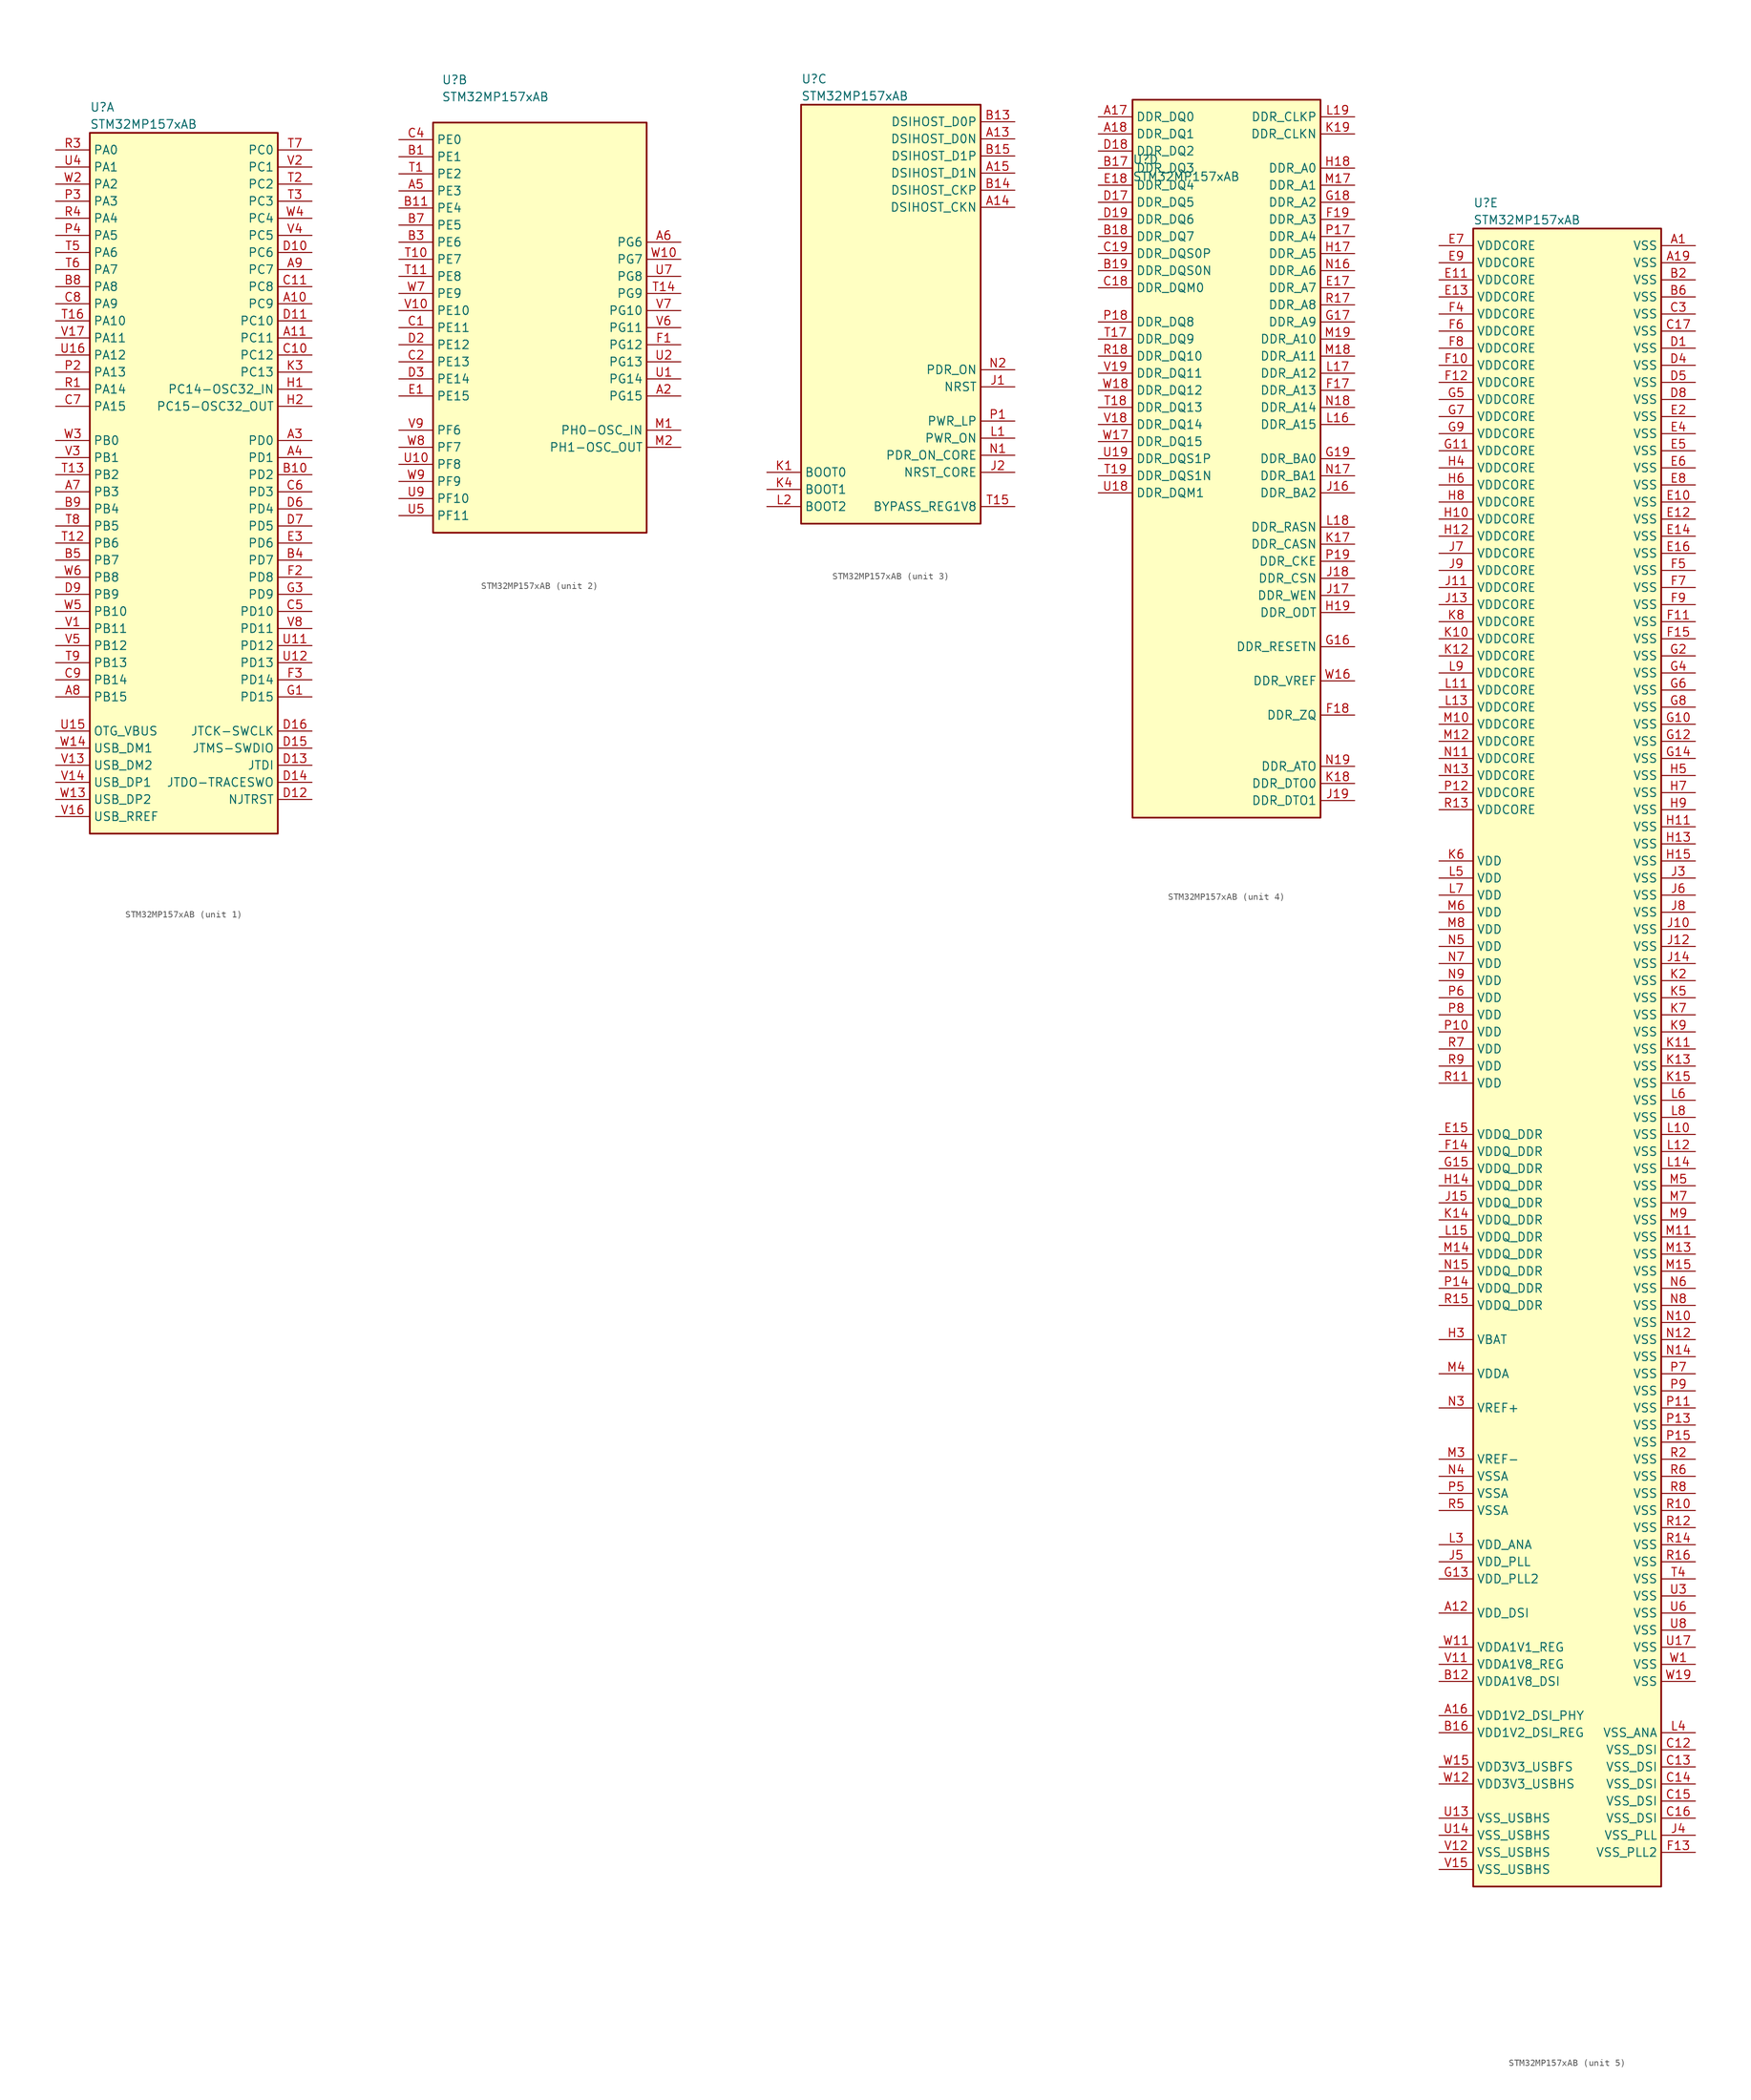
<source format=kicad_sym>
(kicad_symbol_lib
  (version 20211014)
  (generator kicad_symbol_editor)
  (symbol "STM32MP157xAB"
    (property "Reference" "U"
      (at -13.97 49.53 0)
      (effects (font (size 1.27 1.27)) (justify left)))
    (property "Value" "STM32MP157xAB"
      (at -13.97 46.99 0)
      (effects (font (size 1.27 1.27)) (justify left)))
    (property "ki_locked" ""
      (at 0 0 0)
      (effects (font (size 1.27 1.27))))
    (symbol "STM32MP157xAB_1_1"
      (rectangle (start -13.97 45.72) (end 13.97 -58.42) (stroke (width 0.254) (type default) (color 0 0 0 0)) (fill (type background)))
      (pin bidirectional line (at 19.05 20.32 180) (length 5.08) (name "PC9" (effects (font (size 1.27 1.27)))) (number "A10" (effects (font (size 1.27 1.27)))))
      (pin bidirectional line (at 19.05 15.24 180) (length 5.08) (name "PC11" (effects (font (size 1.27 1.27)))) (number "A11" (effects (font (size 1.27 1.27)))))
      (pin bidirectional line (at 19.05 0 180) (length 5.08) (name "PD0" (effects (font (size 1.27 1.27)))) (number "A3" (effects (font (size 1.27 1.27)))))
      (pin bidirectional line (at 19.05 -2.54 180) (length 5.08) (name "PD1" (effects (font (size 1.27 1.27)))) (number "A4" (effects (font (size 1.27 1.27)))))
      (pin bidirectional line (at -19.05 -7.62 0) (length 5.08) (name "PB3" (effects (font (size 1.27 1.27)))) (number "A7" (effects (font (size 1.27 1.27)))))
      (pin bidirectional line (at -19.05 -38.1 0) (length 5.08) (name "PB15" (effects (font (size 1.27 1.27)))) (number "A8" (effects (font (size 1.27 1.27)))))
      (pin bidirectional line (at 19.05 25.4 180) (length 5.08) (name "PC7" (effects (font (size 1.27 1.27)))) (number "A9" (effects (font (size 1.27 1.27)))))
      (pin bidirectional line (at 19.05 -5.08 180) (length 5.08) (name "PD2" (effects (font (size 1.27 1.27)))) (number "B10" (effects (font (size 1.27 1.27)))))
      (pin bidirectional line (at 19.05 -17.78 180) (length 5.08) (name "PD7" (effects (font (size 1.27 1.27)))) (number "B4" (effects (font (size 1.27 1.27)))))
      (pin bidirectional line (at -19.05 -17.78 0) (length 5.08) (name "PB7" (effects (font (size 1.27 1.27)))) (number "B5" (effects (font (size 1.27 1.27)))))
      (pin bidirectional line (at -19.05 22.86 0) (length 5.08) (name "PA8" (effects (font (size 1.27 1.27)))) (number "B8" (effects (font (size 1.27 1.27)))))
      (pin bidirectional line (at -19.05 -10.16 0) (length 5.08) (name "PB4" (effects (font (size 1.27 1.27)))) (number "B9" (effects (font (size 1.27 1.27)))))
      (pin bidirectional line (at 19.05 12.7 180) (length 5.08) (name "PC12" (effects (font (size 1.27 1.27)))) (number "C10" (effects (font (size 1.27 1.27)))))
      (pin bidirectional line (at 19.05 22.86 180) (length 5.08) (name "PC8" (effects (font (size 1.27 1.27)))) (number "C11" (effects (font (size 1.27 1.27)))))
      (pin bidirectional line (at 19.05 -25.4 180) (length 5.08) (name "PD10" (effects (font (size 1.27 1.27)))) (number "C5" (effects (font (size 1.27 1.27)))))
      (pin bidirectional line (at 19.05 -7.62 180) (length 5.08) (name "PD3" (effects (font (size 1.27 1.27)))) (number "C6" (effects (font (size 1.27 1.27)))))
      (pin bidirectional line (at -19.05 5.08 0) (length 5.08) (name "PA15" (effects (font (size 1.27 1.27)))) (number "C7" (effects (font (size 1.27 1.27)))))
      (pin bidirectional line (at -19.05 20.32 0) (length 5.08) (name "PA9" (effects (font (size 1.27 1.27)))) (number "C8" (effects (font (size 1.27 1.27)))))
      (pin bidirectional line (at -19.05 -35.56 0) (length 5.08) (name "PB14" (effects (font (size 1.27 1.27)))) (number "C9" (effects (font (size 1.27 1.27)))))
      (pin bidirectional line (at 19.05 27.94 180) (length 5.08) (name "PC6" (effects (font (size 1.27 1.27)))) (number "D10" (effects (font (size 1.27 1.27)))))
      (pin bidirectional line (at 19.05 17.78 180) (length 5.08) (name "PC10" (effects (font (size 1.27 1.27)))) (number "D11" (effects (font (size 1.27 1.27)))))
      (pin bidirectional line (at 19.05 -53.34 180) (length 5.08) (name "NJTRST" (effects (font (size 1.27 1.27)))) (number "D12" (effects (font (size 1.27 1.27)))))
      (pin bidirectional line (at 19.05 -48.26 180) (length 5.08) (name "JTDI" (effects (font (size 1.27 1.27)))) (number "D13" (effects (font (size 1.27 1.27)))))
      (pin bidirectional line (at 19.05 -50.8 180) (length 5.08) (name "JTDO-TRACESWO" (effects (font (size 1.27 1.27)))) (number "D14" (effects (font (size 1.27 1.27)))))
      (pin bidirectional line (at 19.05 -45.72 180) (length 5.08) (name "JTMS-SWDIO" (effects (font (size 1.27 1.27)))) (number "D15" (effects (font (size 1.27 1.27)))))
      (pin bidirectional line (at 19.05 -43.18 180) (length 5.08) (name "JTCK-SWCLK" (effects (font (size 1.27 1.27)))) (number "D16" (effects (font (size 1.27 1.27)))))
      (pin bidirectional line (at 19.05 -10.16 180) (length 5.08) (name "PD4" (effects (font (size 1.27 1.27)))) (number "D6" (effects (font (size 1.27 1.27)))))
      (pin bidirectional line (at 19.05 -12.7 180) (length 5.08) (name "PD5" (effects (font (size 1.27 1.27)))) (number "D7" (effects (font (size 1.27 1.27)))))
      (pin bidirectional line (at -19.05 -22.86 0) (length 5.08) (name "PB9" (effects (font (size 1.27 1.27)))) (number "D9" (effects (font (size 1.27 1.27)))))
      (pin bidirectional line (at 19.05 -15.24 180) (length 5.08) (name "PD6" (effects (font (size 1.27 1.27)))) (number "E3" (effects (font (size 1.27 1.27)))))
      (pin bidirectional line (at 19.05 -20.32 180) (length 5.08) (name "PD8" (effects (font (size 1.27 1.27)))) (number "F2" (effects (font (size 1.27 1.27)))))
      (pin bidirectional line (at 19.05 -35.56 180) (length 5.08) (name "PD14" (effects (font (size 1.27 1.27)))) (number "F3" (effects (font (size 1.27 1.27)))))
      (pin bidirectional line (at 19.05 -38.1 180) (length 5.08) (name "PD15" (effects (font (size 1.27 1.27)))) (number "G1" (effects (font (size 1.27 1.27)))))
      (pin bidirectional line (at 19.05 -22.86 180) (length 5.08) (name "PD9" (effects (font (size 1.27 1.27)))) (number "G3" (effects (font (size 1.27 1.27)))))
      (pin bidirectional line (at 19.05 7.62 180) (length 5.08) (name "PC14-OSC32_IN" (effects (font (size 1.27 1.27)))) (number "H1" (effects (font (size 1.27 1.27)))))
      (pin bidirectional line (at 19.05 5.08 180) (length 5.08) (name "PC15-OSC32_OUT" (effects (font (size 1.27 1.27)))) (number "H2" (effects (font (size 1.27 1.27)))))
      (pin bidirectional line (at 19.05 10.16 180) (length 5.08) (name "PC13" (effects (font (size 1.27 1.27)))) (number "K3" (effects (font (size 1.27 1.27)))))
      (pin bidirectional line (at -19.05 10.16 0) (length 5.08) (name "PA13" (effects (font (size 1.27 1.27)))) (number "P2" (effects (font (size 1.27 1.27)))))
      (pin bidirectional line (at -19.05 35.56 0) (length 5.08) (name "PA3" (effects (font (size 1.27 1.27)))) (number "P3" (effects (font (size 1.27 1.27)))))
      (pin bidirectional line (at -19.05 30.48 0) (length 5.08) (name "PA5" (effects (font (size 1.27 1.27)))) (number "P4" (effects (font (size 1.27 1.27)))))
      (pin bidirectional line (at -19.05 7.62 0) (length 5.08) (name "PA14" (effects (font (size 1.27 1.27)))) (number "R1" (effects (font (size 1.27 1.27)))))
      (pin bidirectional line (at -19.05 43.18 0) (length 5.08) (name "PA0" (effects (font (size 1.27 1.27)))) (number "R3" (effects (font (size 1.27 1.27)))))
      (pin bidirectional line (at -19.05 33.02 0) (length 5.08) (name "PA4" (effects (font (size 1.27 1.27)))) (number "R4" (effects (font (size 1.27 1.27)))))
      (pin bidirectional line (at -19.05 -15.24 0) (length 5.08) (name "PB6" (effects (font (size 1.27 1.27)))) (number "T12" (effects (font (size 1.27 1.27)))))
      (pin bidirectional line (at -19.05 -5.08 0) (length 5.08) (name "PB2" (effects (font (size 1.27 1.27)))) (number "T13" (effects (font (size 1.27 1.27)))))
      (pin bidirectional line (at -19.05 17.78 0) (length 5.08) (name "PA10" (effects (font (size 1.27 1.27)))) (number "T16" (effects (font (size 1.27 1.27)))))
      (pin bidirectional line (at 19.05 38.1 180) (length 5.08) (name "PC2" (effects (font (size 1.27 1.27)))) (number "T2" (effects (font (size 1.27 1.27)))))
      (pin bidirectional line (at 19.05 35.56 180) (length 5.08) (name "PC3" (effects (font (size 1.27 1.27)))) (number "T3" (effects (font (size 1.27 1.27)))))
      (pin bidirectional line (at -19.05 27.94 0) (length 5.08) (name "PA6" (effects (font (size 1.27 1.27)))) (number "T5" (effects (font (size 1.27 1.27)))))
      (pin bidirectional line (at -19.05 25.4 0) (length 5.08) (name "PA7" (effects (font (size 1.27 1.27)))) (number "T6" (effects (font (size 1.27 1.27)))))
      (pin bidirectional line (at 19.05 43.18 180) (length 5.08) (name "PC0" (effects (font (size 1.27 1.27)))) (number "T7" (effects (font (size 1.27 1.27)))))
      (pin bidirectional line (at -19.05 -12.7 0) (length 5.08) (name "PB5" (effects (font (size 1.27 1.27)))) (number "T8" (effects (font (size 1.27 1.27)))))
      (pin bidirectional line (at -19.05 -33.02 0) (length 5.08) (name "PB13" (effects (font (size 1.27 1.27)))) (number "T9" (effects (font (size 1.27 1.27)))))
      (pin bidirectional line (at 19.05 -30.48 180) (length 5.08) (name "PD12" (effects (font (size 1.27 1.27)))) (number "U11" (effects (font (size 1.27 1.27)))))
      (pin bidirectional line (at 19.05 -33.02 180) (length 5.08) (name "PD13" (effects (font (size 1.27 1.27)))) (number "U12" (effects (font (size 1.27 1.27)))))
      (pin bidirectional line (at -19.05 -43.18 0) (length 5.08) (name "OTG_VBUS" (effects (font (size 1.27 1.27)))) (number "U15" (effects (font (size 1.27 1.27)))))
      (pin bidirectional line (at -19.05 12.7 0) (length 5.08) (name "PA12" (effects (font (size 1.27 1.27)))) (number "U16" (effects (font (size 1.27 1.27)))))
      (pin bidirectional line (at -19.05 40.64 0) (length 5.08) (name "PA1" (effects (font (size 1.27 1.27)))) (number "U4" (effects (font (size 1.27 1.27)))))
      (pin bidirectional line (at -19.05 -27.94 0) (length 5.08) (name "PB11" (effects (font (size 1.27 1.27)))) (number "V1" (effects (font (size 1.27 1.27)))))
      (pin bidirectional line (at -19.05 -48.26 0) (length 5.08) (name "USB_DM2" (effects (font (size 1.27 1.27)))) (number "V13" (effects (font (size 1.27 1.27)))))
      (pin bidirectional line (at -19.05 -50.8 0) (length 5.08) (name "USB_DP1" (effects (font (size 1.27 1.27)))) (number "V14" (effects (font (size 1.27 1.27)))))
      (pin bidirectional line (at -19.05 -55.88 0) (length 5.08) (name "USB_RREF" (effects (font (size 1.27 1.27)))) (number "V16" (effects (font (size 1.27 1.27)))))
      (pin bidirectional line (at -19.05 15.24 0) (length 5.08) (name "PA11" (effects (font (size 1.27 1.27)))) (number "V17" (effects (font (size 1.27 1.27)))))
      (pin bidirectional line (at 19.05 40.64 180) (length 5.08) (name "PC1" (effects (font (size 1.27 1.27)))) (number "V2" (effects (font (size 1.27 1.27)))))
      (pin bidirectional line (at -19.05 -2.54 0) (length 5.08) (name "PB1" (effects (font (size 1.27 1.27)))) (number "V3" (effects (font (size 1.27 1.27)))))
      (pin bidirectional line (at 19.05 30.48 180) (length 5.08) (name "PC5" (effects (font (size 1.27 1.27)))) (number "V4" (effects (font (size 1.27 1.27)))))
      (pin bidirectional line (at -19.05 -30.48 0) (length 5.08) (name "PB12" (effects (font (size 1.27 1.27)))) (number "V5" (effects (font (size 1.27 1.27)))))
      (pin bidirectional line (at 19.05 -27.94 180) (length 5.08) (name "PD11" (effects (font (size 1.27 1.27)))) (number "V8" (effects (font (size 1.27 1.27)))))
      (pin bidirectional line (at -19.05 -53.34 0) (length 5.08) (name "USB_DP2" (effects (font (size 1.27 1.27)))) (number "W13" (effects (font (size 1.27 1.27)))))
      (pin bidirectional line (at -19.05 -45.72 0) (length 5.08) (name "USB_DM1" (effects (font (size 1.27 1.27)))) (number "W14" (effects (font (size 1.27 1.27)))))
      (pin bidirectional line (at -19.05 38.1 0) (length 5.08) (name "PA2" (effects (font (size 1.27 1.27)))) (number "W2" (effects (font (size 1.27 1.27)))))
      (pin bidirectional line (at -19.05 0 0) (length 5.08) (name "PB0" (effects (font (size 1.27 1.27)))) (number "W3" (effects (font (size 1.27 1.27)))))
      (pin bidirectional line (at 19.05 33.02 180) (length 5.08) (name "PC4" (effects (font (size 1.27 1.27)))) (number "W4" (effects (font (size 1.27 1.27)))))
      (pin bidirectional line (at -19.05 -25.4 0) (length 5.08) (name "PB10" (effects (font (size 1.27 1.27)))) (number "W5" (effects (font (size 1.27 1.27)))))
      (pin bidirectional line (at -19.05 -20.32 0) (length 5.08) (name "PB8" (effects (font (size 1.27 1.27)))) (number "W6" (effects (font (size 1.27 1.27))))))
    (symbol "STM32MP157xAB_2_1"
      (rectangle (start -15.24 43.18) (end 16.51 -17.78) (stroke (width 0.254) (type default) (color 0 0 0 0)) (fill (type background)))
      (pin bidirectional line (at 21.59 2.54 180) (length 5.08) (name "PG15" (effects (font (size 1.27 1.27)))) (number "A2" (effects (font (size 1.27 1.27)))))
      (pin bidirectional line (at -20.32 33.02 0) (length 5.08) (name "PE3" (effects (font (size 1.27 1.27)))) (number "A5" (effects (font (size 1.27 1.27)))))
      (pin bidirectional line (at 21.59 25.4 180) (length 5.08) (name "PG6" (effects (font (size 1.27 1.27)))) (number "A6" (effects (font (size 1.27 1.27)))))
      (pin bidirectional line (at -20.32 38.1 0) (length 5.08) (name "PE1" (effects (font (size 1.27 1.27)))) (number "B1" (effects (font (size 1.27 1.27)))))
      (pin bidirectional line (at -20.32 30.48 0) (length 5.08) (name "PE4" (effects (font (size 1.27 1.27)))) (number "B11" (effects (font (size 1.27 1.27)))))
      (pin bidirectional line (at -20.32 25.4 0) (length 5.08) (name "PE6" (effects (font (size 1.27 1.27)))) (number "B3" (effects (font (size 1.27 1.27)))))
      (pin bidirectional line (at -20.32 27.94 0) (length 5.08) (name "PE5" (effects (font (size 1.27 1.27)))) (number "B7" (effects (font (size 1.27 1.27)))))
      (pin bidirectional line (at -20.32 12.7 0) (length 5.08) (name "PE11" (effects (font (size 1.27 1.27)))) (number "C1" (effects (font (size 1.27 1.27)))))
      (pin bidirectional line (at -20.32 7.62 0) (length 5.08) (name "PE13" (effects (font (size 1.27 1.27)))) (number "C2" (effects (font (size 1.27 1.27)))))
      (pin bidirectional line (at -20.32 40.64 0) (length 5.08) (name "PE0" (effects (font (size 1.27 1.27)))) (number "C4" (effects (font (size 1.27 1.27)))))
      (pin bidirectional line (at -20.32 10.16 0) (length 5.08) (name "PE12" (effects (font (size 1.27 1.27)))) (number "D2" (effects (font (size 1.27 1.27)))))
      (pin bidirectional line (at -20.32 5.08 0) (length 5.08) (name "PE14" (effects (font (size 1.27 1.27)))) (number "D3" (effects (font (size 1.27 1.27)))))
      (pin bidirectional line (at -20.32 2.54 0) (length 5.08) (name "PE15" (effects (font (size 1.27 1.27)))) (number "E1" (effects (font (size 1.27 1.27)))))
      (pin bidirectional line (at 21.59 10.16 180) (length 5.08) (name "PG12" (effects (font (size 1.27 1.27)))) (number "F1" (effects (font (size 1.27 1.27)))))
      (pin bidirectional line (at 21.59 -2.54 180) (length 5.08) (name "PH0-OSC_IN" (effects (font (size 1.27 1.27)))) (number "M1" (effects (font (size 1.27 1.27)))))
      (pin bidirectional line (at 21.59 -5.08 180) (length 5.08) (name "PH1-OSC_OUT" (effects (font (size 1.27 1.27)))) (number "M2" (effects (font (size 1.27 1.27)))))
      (pin bidirectional line (at -20.32 35.56 0) (length 5.08) (name "PE2" (effects (font (size 1.27 1.27)))) (number "T1" (effects (font (size 1.27 1.27)))))
      (pin bidirectional line (at -20.32 22.86 0) (length 5.08) (name "PE7" (effects (font (size 1.27 1.27)))) (number "T10" (effects (font (size 1.27 1.27)))))
      (pin bidirectional line (at -20.32 20.32 0) (length 5.08) (name "PE8" (effects (font (size 1.27 1.27)))) (number "T11" (effects (font (size 1.27 1.27)))))
      (pin bidirectional line (at 21.59 17.78 180) (length 5.08) (name "PG9" (effects (font (size 1.27 1.27)))) (number "T14" (effects (font (size 1.27 1.27)))))
      (pin bidirectional line (at 21.59 5.08 180) (length 5.08) (name "PG14" (effects (font (size 1.27 1.27)))) (number "U1" (effects (font (size 1.27 1.27)))))
      (pin bidirectional line (at -20.32 -7.62 0) (length 5.08) (name "PF8" (effects (font (size 1.27 1.27)))) (number "U10" (effects (font (size 1.27 1.27)))))
      (pin bidirectional line (at 21.59 7.62 180) (length 5.08) (name "PG13" (effects (font (size 1.27 1.27)))) (number "U2" (effects (font (size 1.27 1.27)))))
      (pin bidirectional line (at -20.32 -15.24 0) (length 5.08) (name "PF11" (effects (font (size 1.27 1.27)))) (number "U5" (effects (font (size 1.27 1.27)))))
      (pin bidirectional line (at 21.59 20.32 180) (length 5.08) (name "PG8" (effects (font (size 1.27 1.27)))) (number "U7" (effects (font (size 1.27 1.27)))))
      (pin bidirectional line (at -20.32 -12.7 0) (length 5.08) (name "PF10" (effects (font (size 1.27 1.27)))) (number "U9" (effects (font (size 1.27 1.27)))))
      (pin bidirectional line (at -20.32 15.24 0) (length 5.08) (name "PE10" (effects (font (size 1.27 1.27)))) (number "V10" (effects (font (size 1.27 1.27)))))
      (pin bidirectional line (at 21.59 12.7 180) (length 5.08) (name "PG11" (effects (font (size 1.27 1.27)))) (number "V6" (effects (font (size 1.27 1.27)))))
      (pin bidirectional line (at 21.59 15.24 180) (length 5.08) (name "PG10" (effects (font (size 1.27 1.27)))) (number "V7" (effects (font (size 1.27 1.27)))))
      (pin bidirectional line (at -20.32 -2.54 0) (length 5.08) (name "PF6" (effects (font (size 1.27 1.27)))) (number "V9" (effects (font (size 1.27 1.27)))))
      (pin bidirectional line (at 21.59 22.86 180) (length 5.08) (name "PG7" (effects (font (size 1.27 1.27)))) (number "W10" (effects (font (size 1.27 1.27)))))
      (pin bidirectional line (at -20.32 17.78 0) (length 5.08) (name "PE9" (effects (font (size 1.27 1.27)))) (number "W7" (effects (font (size 1.27 1.27)))))
      (pin bidirectional line (at -20.32 -5.08 0) (length 5.08) (name "PF7" (effects (font (size 1.27 1.27)))) (number "W8" (effects (font (size 1.27 1.27)))))
      (pin bidirectional line (at -20.32 -10.16 0) (length 5.08) (name "PF9" (effects (font (size 1.27 1.27)))) (number "W9" (effects (font (size 1.27 1.27))))))
    (symbol "STM32MP157xAB_3_1"
      (rectangle (start -13.97 45.72) (end 12.7 -16.51) (stroke (width 0.254) (type default) (color 0 0 0 0)) (fill (type background)))
      (pin bidirectional line (at 17.78 40.64 180) (length 5.08) (name "DSIHOST_D0N" (effects (font (size 1.27 1.27)))) (number "A13" (effects (font (size 1.27 1.27)))))
      (pin bidirectional line (at 17.78 30.48 180) (length 5.08) (name "DSIHOST_CKN" (effects (font (size 1.27 1.27)))) (number "A14" (effects (font (size 1.27 1.27)))))
      (pin bidirectional line (at 17.78 35.56 180) (length 5.08) (name "DSIHOST_D1N" (effects (font (size 1.27 1.27)))) (number "A15" (effects (font (size 1.27 1.27)))))
      (pin bidirectional line (at 17.78 43.18 180) (length 5.08) (name "DSIHOST_D0P" (effects (font (size 1.27 1.27)))) (number "B13" (effects (font (size 1.27 1.27)))))
      (pin bidirectional line (at 17.78 33.02 180) (length 5.08) (name "DSIHOST_CKP" (effects (font (size 1.27 1.27)))) (number "B14" (effects (font (size 1.27 1.27)))))
      (pin bidirectional line (at 17.78 38.1 180) (length 5.08) (name "DSIHOST_D1P" (effects (font (size 1.27 1.27)))) (number "B15" (effects (font (size 1.27 1.27)))))
      (pin bidirectional line (at 17.78 3.81 180) (length 5.08) (name "NRST" (effects (font (size 1.27 1.27)))) (number "J1" (effects (font (size 1.27 1.27)))))
      (pin input line (at 17.78 -8.89 180) (length 5.08) (name "NRST_CORE" (effects (font (size 1.27 1.27)))) (number "J2" (effects (font (size 1.27 1.27)))))
      (pin input line (at -19.05 -8.89 0) (length 5.08) (name "BOOT0" (effects (font (size 1.27 1.27)))) (number "K1" (effects (font (size 1.27 1.27)))))
      (pin input line (at -19.05 -11.43 0) (length 5.08) (name "BOOT1" (effects (font (size 1.27 1.27)))) (number "K4" (effects (font (size 1.27 1.27)))))
      (pin output line (at 17.78 -3.81 180) (length 5.08) (name "PWR_ON" (effects (font (size 1.27 1.27)))) (number "L1" (effects (font (size 1.27 1.27)))))
      (pin input line (at -19.05 -13.97 0) (length 5.08) (name "BOOT2" (effects (font (size 1.27 1.27)))) (number "L2" (effects (font (size 1.27 1.27)))))
      (pin input line (at 17.78 -6.35 180) (length 5.08) (name "PDR_ON_CORE" (effects (font (size 1.27 1.27)))) (number "N1" (effects (font (size 1.27 1.27)))))
      (pin input line (at 17.78 6.35 180) (length 5.08) (name "PDR_ON" (effects (font (size 1.27 1.27)))) (number "N2" (effects (font (size 1.27 1.27)))))
      (pin output line (at 17.78 -1.27 180) (length 5.08) (name "PWR_LP" (effects (font (size 1.27 1.27)))) (number "P1" (effects (font (size 1.27 1.27)))))
      (pin bidirectional line (at 17.78 -13.97 180) (length 5.08) (name "BYPASS_REG1V8" (effects (font (size 1.27 1.27)))) (number "T15" (effects (font (size 1.27 1.27))))))
    (symbol "STM32MP157xAB_4_1"
      (rectangle (start -13.97 58.42) (end 13.97 -48.26) (stroke (width 0.254) (type default) (color 0 0 0 0)) (fill (type background)))
      (pin bidirectional line (at -19.05 55.88 0) (length 5.08) (name "DDR_DQ0" (effects (font (size 1.27 1.27)))) (number "A17" (effects (font (size 1.27 1.27)))))
      (pin bidirectional line (at -19.05 53.34 0) (length 5.08) (name "DDR_DQ1" (effects (font (size 1.27 1.27)))) (number "A18" (effects (font (size 1.27 1.27)))))
      (pin bidirectional line (at -19.05 48.26 0) (length 5.08) (name "DDR_DQ3" (effects (font (size 1.27 1.27)))) (number "B17" (effects (font (size 1.27 1.27)))))
      (pin bidirectional line (at -19.05 38.1 0) (length 5.08) (name "DDR_DQ7" (effects (font (size 1.27 1.27)))) (number "B18" (effects (font (size 1.27 1.27)))))
      (pin bidirectional line (at -19.05 33.02 0) (length 5.08) (name "DDR_DQS0N" (effects (font (size 1.27 1.27)))) (number "B19" (effects (font (size 1.27 1.27)))))
      (pin bidirectional line (at -19.05 30.48 0) (length 5.08) (name "DDR_DQM0" (effects (font (size 1.27 1.27)))) (number "C18" (effects (font (size 1.27 1.27)))))
      (pin bidirectional line (at -19.05 35.56 0) (length 5.08) (name "DDR_DQS0P" (effects (font (size 1.27 1.27)))) (number "C19" (effects (font (size 1.27 1.27)))))
      (pin bidirectional line (at -19.05 43.18 0) (length 5.08) (name "DDR_DQ5" (effects (font (size 1.27 1.27)))) (number "D17" (effects (font (size 1.27 1.27)))))
      (pin bidirectional line (at -19.05 50.8 0) (length 5.08) (name "DDR_DQ2" (effects (font (size 1.27 1.27)))) (number "D18" (effects (font (size 1.27 1.27)))))
      (pin bidirectional line (at -19.05 40.64 0) (length 5.08) (name "DDR_DQ6" (effects (font (size 1.27 1.27)))) (number "D19" (effects (font (size 1.27 1.27)))))
      (pin bidirectional line (at 19.05 30.48 180) (length 5.08) (name "DDR_A7" (effects (font (size 1.27 1.27)))) (number "E17" (effects (font (size 1.27 1.27)))))
      (pin bidirectional line (at -19.05 45.72 0) (length 5.08) (name "DDR_DQ4" (effects (font (size 1.27 1.27)))) (number "E18" (effects (font (size 1.27 1.27)))))
      (pin bidirectional line (at 19.05 15.24 180) (length 5.08) (name "DDR_A13" (effects (font (size 1.27 1.27)))) (number "F17" (effects (font (size 1.27 1.27)))))
      (pin bidirectional line (at 19.05 -33.02 180) (length 5.08) (name "DDR_ZQ" (effects (font (size 1.27 1.27)))) (number "F18" (effects (font (size 1.27 1.27)))))
      (pin bidirectional line (at 19.05 40.64 180) (length 5.08) (name "DDR_A3" (effects (font (size 1.27 1.27)))) (number "F19" (effects (font (size 1.27 1.27)))))
      (pin bidirectional line (at 19.05 -22.86 180) (length 5.08) (name "DDR_RESETN" (effects (font (size 1.27 1.27)))) (number "G16" (effects (font (size 1.27 1.27)))))
      (pin bidirectional line (at 19.05 25.4 180) (length 5.08) (name "DDR_A9" (effects (font (size 1.27 1.27)))) (number "G17" (effects (font (size 1.27 1.27)))))
      (pin bidirectional line (at 19.05 43.18 180) (length 5.08) (name "DDR_A2" (effects (font (size 1.27 1.27)))) (number "G18" (effects (font (size 1.27 1.27)))))
      (pin bidirectional line (at 19.05 5.08 180) (length 5.08) (name "DDR_BA0" (effects (font (size 1.27 1.27)))) (number "G19" (effects (font (size 1.27 1.27)))))
      (pin bidirectional line (at 19.05 35.56 180) (length 5.08) (name "DDR_A5" (effects (font (size 1.27 1.27)))) (number "H17" (effects (font (size 1.27 1.27)))))
      (pin bidirectional line (at 19.05 48.26 180) (length 5.08) (name "DDR_A0" (effects (font (size 1.27 1.27)))) (number "H18" (effects (font (size 1.27 1.27)))))
      (pin bidirectional line (at 19.05 -17.78 180) (length 5.08) (name "DDR_ODT" (effects (font (size 1.27 1.27)))) (number "H19" (effects (font (size 1.27 1.27)))))
      (pin bidirectional line (at 19.05 0 180) (length 5.08) (name "DDR_BA2" (effects (font (size 1.27 1.27)))) (number "J16" (effects (font (size 1.27 1.27)))))
      (pin bidirectional line (at 19.05 -15.24 180) (length 5.08) (name "DDR_WEN" (effects (font (size 1.27 1.27)))) (number "J17" (effects (font (size 1.27 1.27)))))
      (pin bidirectional line (at 19.05 -12.7 180) (length 5.08) (name "DDR_CSN" (effects (font (size 1.27 1.27)))) (number "J18" (effects (font (size 1.27 1.27)))))
      (pin bidirectional line (at 19.05 -45.72 180) (length 5.08) (name "DDR_DTO1" (effects (font (size 1.27 1.27)))) (number "J19" (effects (font (size 1.27 1.27)))))
      (pin bidirectional line (at 19.05 -7.62 180) (length 5.08) (name "DDR_CASN" (effects (font (size 1.27 1.27)))) (number "K17" (effects (font (size 1.27 1.27)))))
      (pin bidirectional line (at 19.05 -43.18 180) (length 5.08) (name "DDR_DTO0" (effects (font (size 1.27 1.27)))) (number "K18" (effects (font (size 1.27 1.27)))))
      (pin bidirectional line (at 19.05 53.34 180) (length 5.08) (name "DDR_CLKN" (effects (font (size 1.27 1.27)))) (number "K19" (effects (font (size 1.27 1.27)))))
      (pin bidirectional line (at 19.05 10.16 180) (length 5.08) (name "DDR_A15" (effects (font (size 1.27 1.27)))) (number "L16" (effects (font (size 1.27 1.27)))))
      (pin bidirectional line (at 19.05 17.78 180) (length 5.08) (name "DDR_A12" (effects (font (size 1.27 1.27)))) (number "L17" (effects (font (size 1.27 1.27)))))
      (pin bidirectional line (at 19.05 -5.08 180) (length 5.08) (name "DDR_RASN" (effects (font (size 1.27 1.27)))) (number "L18" (effects (font (size 1.27 1.27)))))
      (pin bidirectional line (at 19.05 55.88 180) (length 5.08) (name "DDR_CLKP" (effects (font (size 1.27 1.27)))) (number "L19" (effects (font (size 1.27 1.27)))))
      (pin bidirectional line (at 19.05 45.72 180) (length 5.08) (name "DDR_A1" (effects (font (size 1.27 1.27)))) (number "M17" (effects (font (size 1.27 1.27)))))
      (pin bidirectional line (at 19.05 20.32 180) (length 5.08) (name "DDR_A11" (effects (font (size 1.27 1.27)))) (number "M18" (effects (font (size 1.27 1.27)))))
      (pin bidirectional line (at 19.05 22.86 180) (length 5.08) (name "DDR_A10" (effects (font (size 1.27 1.27)))) (number "M19" (effects (font (size 1.27 1.27)))))
      (pin bidirectional line (at 19.05 33.02 180) (length 5.08) (name "DDR_A6" (effects (font (size 1.27 1.27)))) (number "N16" (effects (font (size 1.27 1.27)))))
      (pin bidirectional line (at 19.05 2.54 180) (length 5.08) (name "DDR_BA1" (effects (font (size 1.27 1.27)))) (number "N17" (effects (font (size 1.27 1.27)))))
      (pin bidirectional line (at 19.05 12.7 180) (length 5.08) (name "DDR_A14" (effects (font (size 1.27 1.27)))) (number "N18" (effects (font (size 1.27 1.27)))))
      (pin bidirectional line (at 19.05 -40.64 180) (length 5.08) (name "DDR_ATO" (effects (font (size 1.27 1.27)))) (number "N19" (effects (font (size 1.27 1.27)))))
      (pin bidirectional line (at 19.05 38.1 180) (length 5.08) (name "DDR_A4" (effects (font (size 1.27 1.27)))) (number "P17" (effects (font (size 1.27 1.27)))))
      (pin bidirectional line (at -19.05 25.4 0) (length 5.08) (name "DDR_DQ8" (effects (font (size 1.27 1.27)))) (number "P18" (effects (font (size 1.27 1.27)))))
      (pin bidirectional line (at 19.05 -10.16 180) (length 5.08) (name "DDR_CKE" (effects (font (size 1.27 1.27)))) (number "P19" (effects (font (size 1.27 1.27)))))
      (pin bidirectional line (at 19.05 27.94 180) (length 5.08) (name "DDR_A8" (effects (font (size 1.27 1.27)))) (number "R17" (effects (font (size 1.27 1.27)))))
      (pin bidirectional line (at -19.05 20.32 0) (length 5.08) (name "DDR_DQ10" (effects (font (size 1.27 1.27)))) (number "R18" (effects (font (size 1.27 1.27)))))
      (pin bidirectional line (at -19.05 22.86 0) (length 5.08) (name "DDR_DQ9" (effects (font (size 1.27 1.27)))) (number "T17" (effects (font (size 1.27 1.27)))))
      (pin bidirectional line (at -19.05 12.7 0) (length 5.08) (name "DDR_DQ13" (effects (font (size 1.27 1.27)))) (number "T18" (effects (font (size 1.27 1.27)))))
      (pin bidirectional line (at -19.05 2.54 0) (length 5.08) (name "DDR_DQS1N" (effects (font (size 1.27 1.27)))) (number "T19" (effects (font (size 1.27 1.27)))))
      (pin bidirectional line (at -19.05 0 0) (length 5.08) (name "DDR_DQM1" (effects (font (size 1.27 1.27)))) (number "U18" (effects (font (size 1.27 1.27)))))
      (pin bidirectional line (at -19.05 5.08 0) (length 5.08) (name "DDR_DQS1P" (effects (font (size 1.27 1.27)))) (number "U19" (effects (font (size 1.27 1.27)))))
      (pin bidirectional line (at -19.05 10.16 0) (length 5.08) (name "DDR_DQ14" (effects (font (size 1.27 1.27)))) (number "V18" (effects (font (size 1.27 1.27)))))
      (pin bidirectional line (at -19.05 17.78 0) (length 5.08) (name "DDR_DQ11" (effects (font (size 1.27 1.27)))) (number "V19" (effects (font (size 1.27 1.27)))))
      (pin bidirectional line (at 19.05 -27.94 180) (length 5.08) (name "DDR_VREF" (effects (font (size 1.27 1.27)))) (number "W16" (effects (font (size 1.27 1.27)))))
      (pin bidirectional line (at -19.05 7.62 0) (length 5.08) (name "DDR_DQ15" (effects (font (size 1.27 1.27)))) (number "W17" (effects (font (size 1.27 1.27)))))
      (pin bidirectional line (at -19.05 15.24 0) (length 5.08) (name "DDR_DQ12" (effects (font (size 1.27 1.27)))) (number "W18" (effects (font (size 1.27 1.27))))))
    (symbol "STM32MP157xAB_5_1"
      (rectangle (start -13.97 45.72) (end 13.97 -200.66) (stroke (width 0.254) (type default) (color 0 0 0 0)) (fill (type background)))
      (pin power_in line (at 19.05 43.18 180) (length 5.08) (name "VSS" (effects (font (size 1.27 1.27)))) (number "A1" (effects (font (size 1.27 1.27)))))
      (pin power_in line (at -19.05 -160.02 0) (length 5.08) (name "VDD_DSI" (effects (font (size 1.27 1.27)))) (number "A12" (effects (font (size 1.27 1.27)))))
      (pin power_in line (at -19.05 -175.26 0) (length 5.08) (name "VDD1V2_DSI_PHY" (effects (font (size 1.27 1.27)))) (number "A16" (effects (font (size 1.27 1.27)))))
      (pin power_in line (at 19.05 40.64 180) (length 5.08) (name "VSS" (effects (font (size 1.27 1.27)))) (number "A19" (effects (font (size 1.27 1.27)))))
      (pin power_in line (at -19.05 -170.18 0) (length 5.08) (name "VDDA1V8_DSI" (effects (font (size 1.27 1.27)))) (number "B12" (effects (font (size 1.27 1.27)))))
      (pin power_out line (at -19.05 -177.8 0) (length 5.08) (name "VDD1V2_DSI_REG" (effects (font (size 1.27 1.27)))) (number "B16" (effects (font (size 1.27 1.27)))))
      (pin power_in line (at 19.05 38.1 180) (length 5.08) (name "VSS" (effects (font (size 1.27 1.27)))) (number "B2" (effects (font (size 1.27 1.27)))))
      (pin power_in line (at 19.05 35.56 180) (length 5.08) (name "VSS" (effects (font (size 1.27 1.27)))) (number "B6" (effects (font (size 1.27 1.27)))))
      (pin power_in line (at 19.05 -180.34 180) (length 5.08) (name "VSS_DSI" (effects (font (size 1.27 1.27)))) (number "C12" (effects (font (size 1.27 1.27)))))
      (pin power_in line (at 19.05 -182.88 180) (length 5.08) (name "VSS_DSI" (effects (font (size 1.27 1.27)))) (number "C13" (effects (font (size 1.27 1.27)))))
      (pin power_in line (at 19.05 -185.42 180) (length 5.08) (name "VSS_DSI" (effects (font (size 1.27 1.27)))) (number "C14" (effects (font (size 1.27 1.27)))))
      (pin power_in line (at 19.05 -187.96 180) (length 5.08) (name "VSS_DSI" (effects (font (size 1.27 1.27)))) (number "C15" (effects (font (size 1.27 1.27)))))
      (pin power_in line (at 19.05 -190.5 180) (length 5.08) (name "VSS_DSI" (effects (font (size 1.27 1.27)))) (number "C16" (effects (font (size 1.27 1.27)))))
      (pin power_in line (at 19.05 30.48 180) (length 5.08) (name "VSS" (effects (font (size 1.27 1.27)))) (number "C17" (effects (font (size 1.27 1.27)))))
      (pin power_in line (at 19.05 33.02 180) (length 5.08) (name "VSS" (effects (font (size 1.27 1.27)))) (number "C3" (effects (font (size 1.27 1.27)))))
      (pin power_in line (at 19.05 27.94 180) (length 5.08) (name "VSS" (effects (font (size 1.27 1.27)))) (number "D1" (effects (font (size 1.27 1.27)))))
      (pin power_in line (at 19.05 25.4 180) (length 5.08) (name "VSS" (effects (font (size 1.27 1.27)))) (number "D4" (effects (font (size 1.27 1.27)))))
      (pin power_in line (at 19.05 22.86 180) (length 5.08) (name "VSS" (effects (font (size 1.27 1.27)))) (number "D5" (effects (font (size 1.27 1.27)))))
      (pin power_in line (at 19.05 20.32 180) (length 5.08) (name "VSS" (effects (font (size 1.27 1.27)))) (number "D8" (effects (font (size 1.27 1.27)))))
      (pin power_in line (at 19.05 5.08 180) (length 5.08) (name "VSS" (effects (font (size 1.27 1.27)))) (number "E10" (effects (font (size 1.27 1.27)))))
      (pin power_in line (at -19.05 38.1 0) (length 5.08) (name "VDDCORE" (effects (font (size 1.27 1.27)))) (number "E11" (effects (font (size 1.27 1.27)))))
      (pin power_in line (at 19.05 2.54 180) (length 5.08) (name "VSS" (effects (font (size 1.27 1.27)))) (number "E12" (effects (font (size 1.27 1.27)))))
      (pin power_in line (at -19.05 35.56 0) (length 5.08) (name "VDDCORE" (effects (font (size 1.27 1.27)))) (number "E13" (effects (font (size 1.27 1.27)))))
      (pin power_in line (at 19.05 0 180) (length 5.08) (name "VSS" (effects (font (size 1.27 1.27)))) (number "E14" (effects (font (size 1.27 1.27)))))
      (pin power_in line (at -19.05 -88.9 0) (length 5.08) (name "VDDQ_DDR" (effects (font (size 1.27 1.27)))) (number "E15" (effects (font (size 1.27 1.27)))))
      (pin power_in line (at 19.05 -2.54 180) (length 5.08) (name "VSS" (effects (font (size 1.27 1.27)))) (number "E16" (effects (font (size 1.27 1.27)))))
      (pin power_in line (at 19.05 17.78 180) (length 5.08) (name "VSS" (effects (font (size 1.27 1.27)))) (number "E2" (effects (font (size 1.27 1.27)))))
      (pin power_in line (at 19.05 15.24 180) (length 5.08) (name "VSS" (effects (font (size 1.27 1.27)))) (number "E4" (effects (font (size 1.27 1.27)))))
      (pin power_in line (at 19.05 12.7 180) (length 5.08) (name "VSS" (effects (font (size 1.27 1.27)))) (number "E5" (effects (font (size 1.27 1.27)))))
      (pin power_in line (at 19.05 10.16 180) (length 5.08) (name "VSS" (effects (font (size 1.27 1.27)))) (number "E6" (effects (font (size 1.27 1.27)))))
      (pin power_in line (at -19.05 43.18 0) (length 5.08) (name "VDDCORE" (effects (font (size 1.27 1.27)))) (number "E7" (effects (font (size 1.27 1.27)))))
      (pin power_in line (at 19.05 7.62 180) (length 5.08) (name "VSS" (effects (font (size 1.27 1.27)))) (number "E8" (effects (font (size 1.27 1.27)))))
      (pin power_in line (at -19.05 40.64 0) (length 5.08) (name "VDDCORE" (effects (font (size 1.27 1.27)))) (number "E9" (effects (font (size 1.27 1.27)))))
      (pin power_in line (at -19.05 25.4 0) (length 5.08) (name "VDDCORE" (effects (font (size 1.27 1.27)))) (number "F10" (effects (font (size 1.27 1.27)))))
      (pin power_in line (at 19.05 -12.7 180) (length 5.08) (name "VSS" (effects (font (size 1.27 1.27)))) (number "F11" (effects (font (size 1.27 1.27)))))
      (pin power_in line (at -19.05 22.86 0) (length 5.08) (name "VDDCORE" (effects (font (size 1.27 1.27)))) (number "F12" (effects (font (size 1.27 1.27)))))
      (pin power_in line (at 19.05 -195.58 180) (length 5.08) (name "VSS_PLL2" (effects (font (size 1.27 1.27)))) (number "F13" (effects (font (size 1.27 1.27)))))
      (pin power_in line (at -19.05 -91.44 0) (length 5.08) (name "VDDQ_DDR" (effects (font (size 1.27 1.27)))) (number "F14" (effects (font (size 1.27 1.27)))))
      (pin power_in line (at 19.05 -15.24 180) (length 5.08) (name "VSS" (effects (font (size 1.27 1.27)))) (number "F15" (effects (font (size 1.27 1.27)))))
      (pin power_in line (at -19.05 33.02 0) (length 5.08) (name "VDDCORE" (effects (font (size 1.27 1.27)))) (number "F4" (effects (font (size 1.27 1.27)))))
      (pin power_in line (at 19.05 -5.08 180) (length 5.08) (name "VSS" (effects (font (size 1.27 1.27)))) (number "F5" (effects (font (size 1.27 1.27)))))
      (pin power_in line (at -19.05 30.48 0) (length 5.08) (name "VDDCORE" (effects (font (size 1.27 1.27)))) (number "F6" (effects (font (size 1.27 1.27)))))
      (pin power_in line (at 19.05 -7.62 180) (length 5.08) (name "VSS" (effects (font (size 1.27 1.27)))) (number "F7" (effects (font (size 1.27 1.27)))))
      (pin power_in line (at -19.05 27.94 0) (length 5.08) (name "VDDCORE" (effects (font (size 1.27 1.27)))) (number "F8" (effects (font (size 1.27 1.27)))))
      (pin power_in line (at 19.05 -10.16 180) (length 5.08) (name "VSS" (effects (font (size 1.27 1.27)))) (number "F9" (effects (font (size 1.27 1.27)))))
      (pin power_in line (at 19.05 -27.94 180) (length 5.08) (name "VSS" (effects (font (size 1.27 1.27)))) (number "G10" (effects (font (size 1.27 1.27)))))
      (pin power_in line (at -19.05 12.7 0) (length 5.08) (name "VDDCORE" (effects (font (size 1.27 1.27)))) (number "G11" (effects (font (size 1.27 1.27)))))
      (pin power_in line (at 19.05 -30.48 180) (length 5.08) (name "VSS" (effects (font (size 1.27 1.27)))) (number "G12" (effects (font (size 1.27 1.27)))))
      (pin power_in line (at -19.05 -154.94 0) (length 5.08) (name "VDD_PLL2" (effects (font (size 1.27 1.27)))) (number "G13" (effects (font (size 1.27 1.27)))))
      (pin power_in line (at 19.05 -33.02 180) (length 5.08) (name "VSS" (effects (font (size 1.27 1.27)))) (number "G14" (effects (font (size 1.27 1.27)))))
      (pin power_in line (at -19.05 -93.98 0) (length 5.08) (name "VDDQ_DDR" (effects (font (size 1.27 1.27)))) (number "G15" (effects (font (size 1.27 1.27)))))
      (pin power_in line (at 19.05 -17.78 180) (length 5.08) (name "VSS" (effects (font (size 1.27 1.27)))) (number "G2" (effects (font (size 1.27 1.27)))))
      (pin power_in line (at 19.05 -20.32 180) (length 5.08) (name "VSS" (effects (font (size 1.27 1.27)))) (number "G4" (effects (font (size 1.27 1.27)))))
      (pin power_in line (at -19.05 20.32 0) (length 5.08) (name "VDDCORE" (effects (font (size 1.27 1.27)))) (number "G5" (effects (font (size 1.27 1.27)))))
      (pin power_in line (at 19.05 -22.86 180) (length 5.08) (name "VSS" (effects (font (size 1.27 1.27)))) (number "G6" (effects (font (size 1.27 1.27)))))
      (pin power_in line (at -19.05 17.78 0) (length 5.08) (name "VDDCORE" (effects (font (size 1.27 1.27)))) (number "G7" (effects (font (size 1.27 1.27)))))
      (pin power_in line (at 19.05 -25.4 180) (length 5.08) (name "VSS" (effects (font (size 1.27 1.27)))) (number "G8" (effects (font (size 1.27 1.27)))))
      (pin power_in line (at -19.05 15.24 0) (length 5.08) (name "VDDCORE" (effects (font (size 1.27 1.27)))) (number "G9" (effects (font (size 1.27 1.27)))))
      (pin power_in line (at -19.05 2.54 0) (length 5.08) (name "VDDCORE" (effects (font (size 1.27 1.27)))) (number "H10" (effects (font (size 1.27 1.27)))))
      (pin power_in line (at 19.05 -43.18 180) (length 5.08) (name "VSS" (effects (font (size 1.27 1.27)))) (number "H11" (effects (font (size 1.27 1.27)))))
      (pin power_in line (at -19.05 0 0) (length 5.08) (name "VDDCORE" (effects (font (size 1.27 1.27)))) (number "H12" (effects (font (size 1.27 1.27)))))
      (pin power_in line (at 19.05 -45.72 180) (length 5.08) (name "VSS" (effects (font (size 1.27 1.27)))) (number "H13" (effects (font (size 1.27 1.27)))))
      (pin power_in line (at -19.05 -96.52 0) (length 5.08) (name "VDDQ_DDR" (effects (font (size 1.27 1.27)))) (number "H14" (effects (font (size 1.27 1.27)))))
      (pin power_in line (at 19.05 -48.26 180) (length 5.08) (name "VSS" (effects (font (size 1.27 1.27)))) (number "H15" (effects (font (size 1.27 1.27)))))
      (pin power_in line (at -19.05 -119.38 0) (length 5.08) (name "VBAT" (effects (font (size 1.27 1.27)))) (number "H3" (effects (font (size 1.27 1.27)))))
      (pin power_in line (at -19.05 10.16 0) (length 5.08) (name "VDDCORE" (effects (font (size 1.27 1.27)))) (number "H4" (effects (font (size 1.27 1.27)))))
      (pin power_in line (at 19.05 -35.56 180) (length 5.08) (name "VSS" (effects (font (size 1.27 1.27)))) (number "H5" (effects (font (size 1.27 1.27)))))
      (pin power_in line (at -19.05 7.62 0) (length 5.08) (name "VDDCORE" (effects (font (size 1.27 1.27)))) (number "H6" (effects (font (size 1.27 1.27)))))
      (pin power_in line (at 19.05 -38.1 180) (length 5.08) (name "VSS" (effects (font (size 1.27 1.27)))) (number "H7" (effects (font (size 1.27 1.27)))))
      (pin power_in line (at -19.05 5.08 0) (length 5.08) (name "VDDCORE" (effects (font (size 1.27 1.27)))) (number "H8" (effects (font (size 1.27 1.27)))))
      (pin power_in line (at 19.05 -40.64 180) (length 5.08) (name "VSS" (effects (font (size 1.27 1.27)))) (number "H9" (effects (font (size 1.27 1.27)))))
      (pin power_in line (at 19.05 -58.42 180) (length 5.08) (name "VSS" (effects (font (size 1.27 1.27)))) (number "J10" (effects (font (size 1.27 1.27)))))
      (pin power_in line (at -19.05 -7.62 0) (length 5.08) (name "VDDCORE" (effects (font (size 1.27 1.27)))) (number "J11" (effects (font (size 1.27 1.27)))))
      (pin power_in line (at 19.05 -60.96 180) (length 5.08) (name "VSS" (effects (font (size 1.27 1.27)))) (number "J12" (effects (font (size 1.27 1.27)))))
      (pin power_in line (at -19.05 -10.16 0) (length 5.08) (name "VDDCORE" (effects (font (size 1.27 1.27)))) (number "J13" (effects (font (size 1.27 1.27)))))
      (pin power_in line (at 19.05 -63.5 180) (length 5.08) (name "VSS" (effects (font (size 1.27 1.27)))) (number "J14" (effects (font (size 1.27 1.27)))))
      (pin power_in line (at -19.05 -99.06 0) (length 5.08) (name "VDDQ_DDR" (effects (font (size 1.27 1.27)))) (number "J15" (effects (font (size 1.27 1.27)))))
      (pin power_in line (at 19.05 -50.8 180) (length 5.08) (name "VSS" (effects (font (size 1.27 1.27)))) (number "J3" (effects (font (size 1.27 1.27)))))
      (pin power_in line (at 19.05 -193.04 180) (length 5.08) (name "VSS_PLL" (effects (font (size 1.27 1.27)))) (number "J4" (effects (font (size 1.27 1.27)))))
      (pin power_in line (at -19.05 -152.4 0) (length 5.08) (name "VDD_PLL" (effects (font (size 1.27 1.27)))) (number "J5" (effects (font (size 1.27 1.27)))))
      (pin power_in line (at 19.05 -53.34 180) (length 5.08) (name "VSS" (effects (font (size 1.27 1.27)))) (number "J6" (effects (font (size 1.27 1.27)))))
      (pin power_in line (at -19.05 -2.54 0) (length 5.08) (name "VDDCORE" (effects (font (size 1.27 1.27)))) (number "J7" (effects (font (size 1.27 1.27)))))
      (pin power_in line (at 19.05 -55.88 180) (length 5.08) (name "VSS" (effects (font (size 1.27 1.27)))) (number "J8" (effects (font (size 1.27 1.27)))))
      (pin power_in line (at -19.05 -5.08 0) (length 5.08) (name "VDDCORE" (effects (font (size 1.27 1.27)))) (number "J9" (effects (font (size 1.27 1.27)))))
      (pin power_in line (at -19.05 -15.24 0) (length 5.08) (name "VDDCORE" (effects (font (size 1.27 1.27)))) (number "K10" (effects (font (size 1.27 1.27)))))
      (pin power_in line (at 19.05 -76.2 180) (length 5.08) (name "VSS" (effects (font (size 1.27 1.27)))) (number "K11" (effects (font (size 1.27 1.27)))))
      (pin power_in line (at -19.05 -17.78 0) (length 5.08) (name "VDDCORE" (effects (font (size 1.27 1.27)))) (number "K12" (effects (font (size 1.27 1.27)))))
      (pin power_in line (at 19.05 -78.74 180) (length 5.08) (name "VSS" (effects (font (size 1.27 1.27)))) (number "K13" (effects (font (size 1.27 1.27)))))
      (pin power_in line (at -19.05 -101.6 0) (length 5.08) (name "VDDQ_DDR" (effects (font (size 1.27 1.27)))) (number "K14" (effects (font (size 1.27 1.27)))))
      (pin power_in line (at 19.05 -81.28 180) (length 5.08) (name "VSS" (effects (font (size 1.27 1.27)))) (number "K15" (effects (font (size 1.27 1.27)))))
      (pin power_in line (at 19.05 -66.04 180) (length 5.08) (name "VSS" (effects (font (size 1.27 1.27)))) (number "K2" (effects (font (size 1.27 1.27)))))
      (pin power_in line (at 19.05 -68.58 180) (length 5.08) (name "VSS" (effects (font (size 1.27 1.27)))) (number "K5" (effects (font (size 1.27 1.27)))))
      (pin power_in line (at -19.05 -48.26 0) (length 5.08) (name "VDD" (effects (font (size 1.27 1.27)))) (number "K6" (effects (font (size 1.27 1.27)))))
      (pin power_in line (at 19.05 -71.12 180) (length 5.08) (name "VSS" (effects (font (size 1.27 1.27)))) (number "K7" (effects (font (size 1.27 1.27)))))
      (pin power_in line (at -19.05 -12.7 0) (length 5.08) (name "VDDCORE" (effects (font (size 1.27 1.27)))) (number "K8" (effects (font (size 1.27 1.27)))))
      (pin power_in line (at 19.05 -73.66 180) (length 5.08) (name "VSS" (effects (font (size 1.27 1.27)))) (number "K9" (effects (font (size 1.27 1.27)))))
      (pin power_in line (at 19.05 -88.9 180) (length 5.08) (name "VSS" (effects (font (size 1.27 1.27)))) (number "L10" (effects (font (size 1.27 1.27)))))
      (pin power_in line (at -19.05 -22.86 0) (length 5.08) (name "VDDCORE" (effects (font (size 1.27 1.27)))) (number "L11" (effects (font (size 1.27 1.27)))))
      (pin power_in line (at 19.05 -91.44 180) (length 5.08) (name "VSS" (effects (font (size 1.27 1.27)))) (number "L12" (effects (font (size 1.27 1.27)))))
      (pin power_in line (at -19.05 -25.4 0) (length 5.08) (name "VDDCORE" (effects (font (size 1.27 1.27)))) (number "L13" (effects (font (size 1.27 1.27)))))
      (pin power_in line (at 19.05 -93.98 180) (length 5.08) (name "VSS" (effects (font (size 1.27 1.27)))) (number "L14" (effects (font (size 1.27 1.27)))))
      (pin power_in line (at -19.05 -104.14 0) (length 5.08) (name "VDDQ_DDR" (effects (font (size 1.27 1.27)))) (number "L15" (effects (font (size 1.27 1.27)))))
      (pin power_in line (at -19.05 -149.86 0) (length 5.08) (name "VDD_ANA" (effects (font (size 1.27 1.27)))) (number "L3" (effects (font (size 1.27 1.27)))))
      (pin power_in line (at 19.05 -177.8 180) (length 5.08) (name "VSS_ANA" (effects (font (size 1.27 1.27)))) (number "L4" (effects (font (size 1.27 1.27)))))
      (pin power_in line (at -19.05 -50.8 0) (length 5.08) (name "VDD" (effects (font (size 1.27 1.27)))) (number "L5" (effects (font (size 1.27 1.27)))))
      (pin power_in line (at 19.05 -83.82 180) (length 5.08) (name "VSS" (effects (font (size 1.27 1.27)))) (number "L6" (effects (font (size 1.27 1.27)))))
      (pin power_in line (at -19.05 -53.34 0) (length 5.08) (name "VDD" (effects (font (size 1.27 1.27)))) (number "L7" (effects (font (size 1.27 1.27)))))
      (pin power_in line (at 19.05 -86.36 180) (length 5.08) (name "VSS" (effects (font (size 1.27 1.27)))) (number "L8" (effects (font (size 1.27 1.27)))))
      (pin power_in line (at -19.05 -20.32 0) (length 5.08) (name "VDDCORE" (effects (font (size 1.27 1.27)))) (number "L9" (effects (font (size 1.27 1.27)))))
      (pin power_in line (at -19.05 -27.94 0) (length 5.08) (name "VDDCORE" (effects (font (size 1.27 1.27)))) (number "M10" (effects (font (size 1.27 1.27)))))
      (pin power_in line (at 19.05 -104.14 180) (length 5.08) (name "VSS" (effects (font (size 1.27 1.27)))) (number "M11" (effects (font (size 1.27 1.27)))))
      (pin power_in line (at -19.05 -30.48 0) (length 5.08) (name "VDDCORE" (effects (font (size 1.27 1.27)))) (number "M12" (effects (font (size 1.27 1.27)))))
      (pin power_in line (at 19.05 -106.68 180) (length 5.08) (name "VSS" (effects (font (size 1.27 1.27)))) (number "M13" (effects (font (size 1.27 1.27)))))
      (pin power_in line (at -19.05 -106.68 0) (length 5.08) (name "VDDQ_DDR" (effects (font (size 1.27 1.27)))) (number "M14" (effects (font (size 1.27 1.27)))))
      (pin power_in line (at 19.05 -109.22 180) (length 5.08) (name "VSS" (effects (font (size 1.27 1.27)))) (number "M15" (effects (font (size 1.27 1.27)))))
      (pin power_in line (at -19.05 -137.16 0) (length 5.08) (name "VREF-" (effects (font (size 1.27 1.27)))) (number "M3" (effects (font (size 1.27 1.27)))))
      (pin power_in line (at -19.05 -124.46 0) (length 5.08) (name "VDDA" (effects (font (size 1.27 1.27)))) (number "M4" (effects (font (size 1.27 1.27)))))
      (pin power_in line (at 19.05 -96.52 180) (length 5.08) (name "VSS" (effects (font (size 1.27 1.27)))) (number "M5" (effects (font (size 1.27 1.27)))))
      (pin power_in line (at -19.05 -55.88 0) (length 5.08) (name "VDD" (effects (font (size 1.27 1.27)))) (number "M6" (effects (font (size 1.27 1.27)))))
      (pin power_in line (at 19.05 -99.06 180) (length 5.08) (name "VSS" (effects (font (size 1.27 1.27)))) (number "M7" (effects (font (size 1.27 1.27)))))
      (pin power_in line (at -19.05 -58.42 0) (length 5.08) (name "VDD" (effects (font (size 1.27 1.27)))) (number "M8" (effects (font (size 1.27 1.27)))))
      (pin power_in line (at 19.05 -101.6 180) (length 5.08) (name "VSS" (effects (font (size 1.27 1.27)))) (number "M9" (effects (font (size 1.27 1.27)))))
      (pin power_in line (at 19.05 -116.84 180) (length 5.08) (name "VSS" (effects (font (size 1.27 1.27)))) (number "N10" (effects (font (size 1.27 1.27)))))
      (pin power_in line (at -19.05 -33.02 0) (length 5.08) (name "VDDCORE" (effects (font (size 1.27 1.27)))) (number "N11" (effects (font (size 1.27 1.27)))))
      (pin power_in line (at 19.05 -119.38 180) (length 5.08) (name "VSS" (effects (font (size 1.27 1.27)))) (number "N12" (effects (font (size 1.27 1.27)))))
      (pin power_in line (at -19.05 -35.56 0) (length 5.08) (name "VDDCORE" (effects (font (size 1.27 1.27)))) (number "N13" (effects (font (size 1.27 1.27)))))
      (pin power_in line (at 19.05 -121.92 180) (length 5.08) (name "VSS" (effects (font (size 1.27 1.27)))) (number "N14" (effects (font (size 1.27 1.27)))))
      (pin power_in line (at -19.05 -109.22 0) (length 5.08) (name "VDDQ_DDR" (effects (font (size 1.27 1.27)))) (number "N15" (effects (font (size 1.27 1.27)))))
      (pin power_in line (at -19.05 -129.54 0) (length 5.08) (name "VREF+" (effects (font (size 1.27 1.27)))) (number "N3" (effects (font (size 1.27 1.27)))))
      (pin power_in line (at -19.05 -139.7 0) (length 5.08) (name "VSSA" (effects (font (size 1.27 1.27)))) (number "N4" (effects (font (size 1.27 1.27)))))
      (pin power_in line (at -19.05 -60.96 0) (length 5.08) (name "VDD" (effects (font (size 1.27 1.27)))) (number "N5" (effects (font (size 1.27 1.27)))))
      (pin power_in line (at 19.05 -111.76 180) (length 5.08) (name "VSS" (effects (font (size 1.27 1.27)))) (number "N6" (effects (font (size 1.27 1.27)))))
      (pin power_in line (at -19.05 -63.5 0) (length 5.08) (name "VDD" (effects (font (size 1.27 1.27)))) (number "N7" (effects (font (size 1.27 1.27)))))
      (pin power_in line (at 19.05 -114.3 180) (length 5.08) (name "VSS" (effects (font (size 1.27 1.27)))) (number "N8" (effects (font (size 1.27 1.27)))))
      (pin power_in line (at -19.05 -66.04 0) (length 5.08) (name "VDD" (effects (font (size 1.27 1.27)))) (number "N9" (effects (font (size 1.27 1.27)))))
      (pin power_in line (at -19.05 -73.66 0) (length 5.08) (name "VDD" (effects (font (size 1.27 1.27)))) (number "P10" (effects (font (size 1.27 1.27)))))
      (pin power_in line (at 19.05 -129.54 180) (length 5.08) (name "VSS" (effects (font (size 1.27 1.27)))) (number "P11" (effects (font (size 1.27 1.27)))))
      (pin power_in line (at -19.05 -38.1 0) (length 5.08) (name "VDDCORE" (effects (font (size 1.27 1.27)))) (number "P12" (effects (font (size 1.27 1.27)))))
      (pin power_in line (at 19.05 -132.08 180) (length 5.08) (name "VSS" (effects (font (size 1.27 1.27)))) (number "P13" (effects (font (size 1.27 1.27)))))
      (pin power_in line (at -19.05 -111.76 0) (length 5.08) (name "VDDQ_DDR" (effects (font (size 1.27 1.27)))) (number "P14" (effects (font (size 1.27 1.27)))))
      (pin power_in line (at 19.05 -134.62 180) (length 5.08) (name "VSS" (effects (font (size 1.27 1.27)))) (number "P15" (effects (font (size 1.27 1.27)))))
      (pin power_in line (at -19.05 -142.24 0) (length 5.08) (name "VSSA" (effects (font (size 1.27 1.27)))) (number "P5" (effects (font (size 1.27 1.27)))))
      (pin power_in line (at -19.05 -68.58 0) (length 5.08) (name "VDD" (effects (font (size 1.27 1.27)))) (number "P6" (effects (font (size 1.27 1.27)))))
      (pin power_in line (at 19.05 -124.46 180) (length 5.08) (name "VSS" (effects (font (size 1.27 1.27)))) (number "P7" (effects (font (size 1.27 1.27)))))
      (pin power_in line (at -19.05 -71.12 0) (length 5.08) (name "VDD" (effects (font (size 1.27 1.27)))) (number "P8" (effects (font (size 1.27 1.27)))))
      (pin power_in line (at 19.05 -127 180) (length 5.08) (name "VSS" (effects (font (size 1.27 1.27)))) (number "P9" (effects (font (size 1.27 1.27)))))
      (pin power_in line (at 19.05 -144.78 180) (length 5.08) (name "VSS" (effects (font (size 1.27 1.27)))) (number "R10" (effects (font (size 1.27 1.27)))))
      (pin power_in line (at -19.05 -81.28 0) (length 5.08) (name "VDD" (effects (font (size 1.27 1.27)))) (number "R11" (effects (font (size 1.27 1.27)))))
      (pin power_in line (at 19.05 -147.32 180) (length 5.08) (name "VSS" (effects (font (size 1.27 1.27)))) (number "R12" (effects (font (size 1.27 1.27)))))
      (pin power_in line (at -19.05 -40.64 0) (length 5.08) (name "VDDCORE" (effects (font (size 1.27 1.27)))) (number "R13" (effects (font (size 1.27 1.27)))))
      (pin power_in line (at 19.05 -149.86 180) (length 5.08) (name "VSS" (effects (font (size 1.27 1.27)))) (number "R14" (effects (font (size 1.27 1.27)))))
      (pin power_in line (at -19.05 -114.3 0) (length 5.08) (name "VDDQ_DDR" (effects (font (size 1.27 1.27)))) (number "R15" (effects (font (size 1.27 1.27)))))
      (pin power_in line (at 19.05 -152.4 180) (length 5.08) (name "VSS" (effects (font (size 1.27 1.27)))) (number "R16" (effects (font (size 1.27 1.27)))))
      (pin power_in line (at 19.05 -137.16 180) (length 5.08) (name "VSS" (effects (font (size 1.27 1.27)))) (number "R2" (effects (font (size 1.27 1.27)))))
      (pin power_in line (at -19.05 -144.78 0) (length 5.08) (name "VSSA" (effects (font (size 1.27 1.27)))) (number "R5" (effects (font (size 1.27 1.27)))))
      (pin power_in line (at 19.05 -139.7 180) (length 5.08) (name "VSS" (effects (font (size 1.27 1.27)))) (number "R6" (effects (font (size 1.27 1.27)))))
      (pin power_in line (at -19.05 -76.2 0) (length 5.08) (name "VDD" (effects (font (size 1.27 1.27)))) (number "R7" (effects (font (size 1.27 1.27)))))
      (pin power_in line (at 19.05 -142.24 180) (length 5.08) (name "VSS" (effects (font (size 1.27 1.27)))) (number "R8" (effects (font (size 1.27 1.27)))))
      (pin power_in line (at -19.05 -78.74 0) (length 5.08) (name "VDD" (effects (font (size 1.27 1.27)))) (number "R9" (effects (font (size 1.27 1.27)))))
      (pin power_in line (at 19.05 -154.94 180) (length 5.08) (name "VSS" (effects (font (size 1.27 1.27)))) (number "T4" (effects (font (size 1.27 1.27)))))
      (pin power_in line (at -19.05 -190.5 0) (length 5.08) (name "VSS_USBHS" (effects (font (size 1.27 1.27)))) (number "U13" (effects (font (size 1.27 1.27)))))
      (pin power_in line (at -19.05 -193.04 0) (length 5.08) (name "VSS_USBHS" (effects (font (size 1.27 1.27)))) (number "U14" (effects (font (size 1.27 1.27)))))
      (pin power_in line (at 19.05 -165.1 180) (length 5.08) (name "VSS" (effects (font (size 1.27 1.27)))) (number "U17" (effects (font (size 1.27 1.27)))))
      (pin power_in line (at 19.05 -157.48 180) (length 5.08) (name "VSS" (effects (font (size 1.27 1.27)))) (number "U3" (effects (font (size 1.27 1.27)))))
      (pin power_in line (at 19.05 -160.02 180) (length 5.08) (name "VSS" (effects (font (size 1.27 1.27)))) (number "U6" (effects (font (size 1.27 1.27)))))
      (pin power_in line (at 19.05 -162.56 180) (length 5.08) (name "VSS" (effects (font (size 1.27 1.27)))) (number "U8" (effects (font (size 1.27 1.27)))))
      (pin power_out line (at -19.05 -167.64 0) (length 5.08) (name "VDDA1V8_REG" (effects (font (size 1.27 1.27)))) (number "V11" (effects (font (size 1.27 1.27)))))
      (pin power_in line (at -19.05 -195.58 0) (length 5.08) (name "VSS_USBHS" (effects (font (size 1.27 1.27)))) (number "V12" (effects (font (size 1.27 1.27)))))
      (pin power_in line (at -19.05 -198.12 0) (length 5.08) (name "VSS_USBHS" (effects (font (size 1.27 1.27)))) (number "V15" (effects (font (size 1.27 1.27)))))
      (pin power_in line (at 19.05 -167.64 180) (length 5.08) (name "VSS" (effects (font (size 1.27 1.27)))) (number "W1" (effects (font (size 1.27 1.27)))))
      (pin power_out line (at -19.05 -165.1 0) (length 5.08) (name "VDDA1V1_REG" (effects (font (size 1.27 1.27)))) (number "W11" (effects (font (size 1.27 1.27)))))
      (pin power_in line (at -19.05 -185.42 0) (length 5.08) (name "VDD3V3_USBHS" (effects (font (size 1.27 1.27)))) (number "W12" (effects (font (size 1.27 1.27)))))
      (pin power_in line (at -19.05 -182.88 0) (length 5.08) (name "VDD3V3_USBFS" (effects (font (size 1.27 1.27)))) (number "W15" (effects (font (size 1.27 1.27)))))
      (pin power_in line (at 19.05 -170.18 180) (length 5.08) (name "VSS" (effects (font (size 1.27 1.27)))) (number "W19" (effects (font (size 1.27 1.27))))))))
</source>
